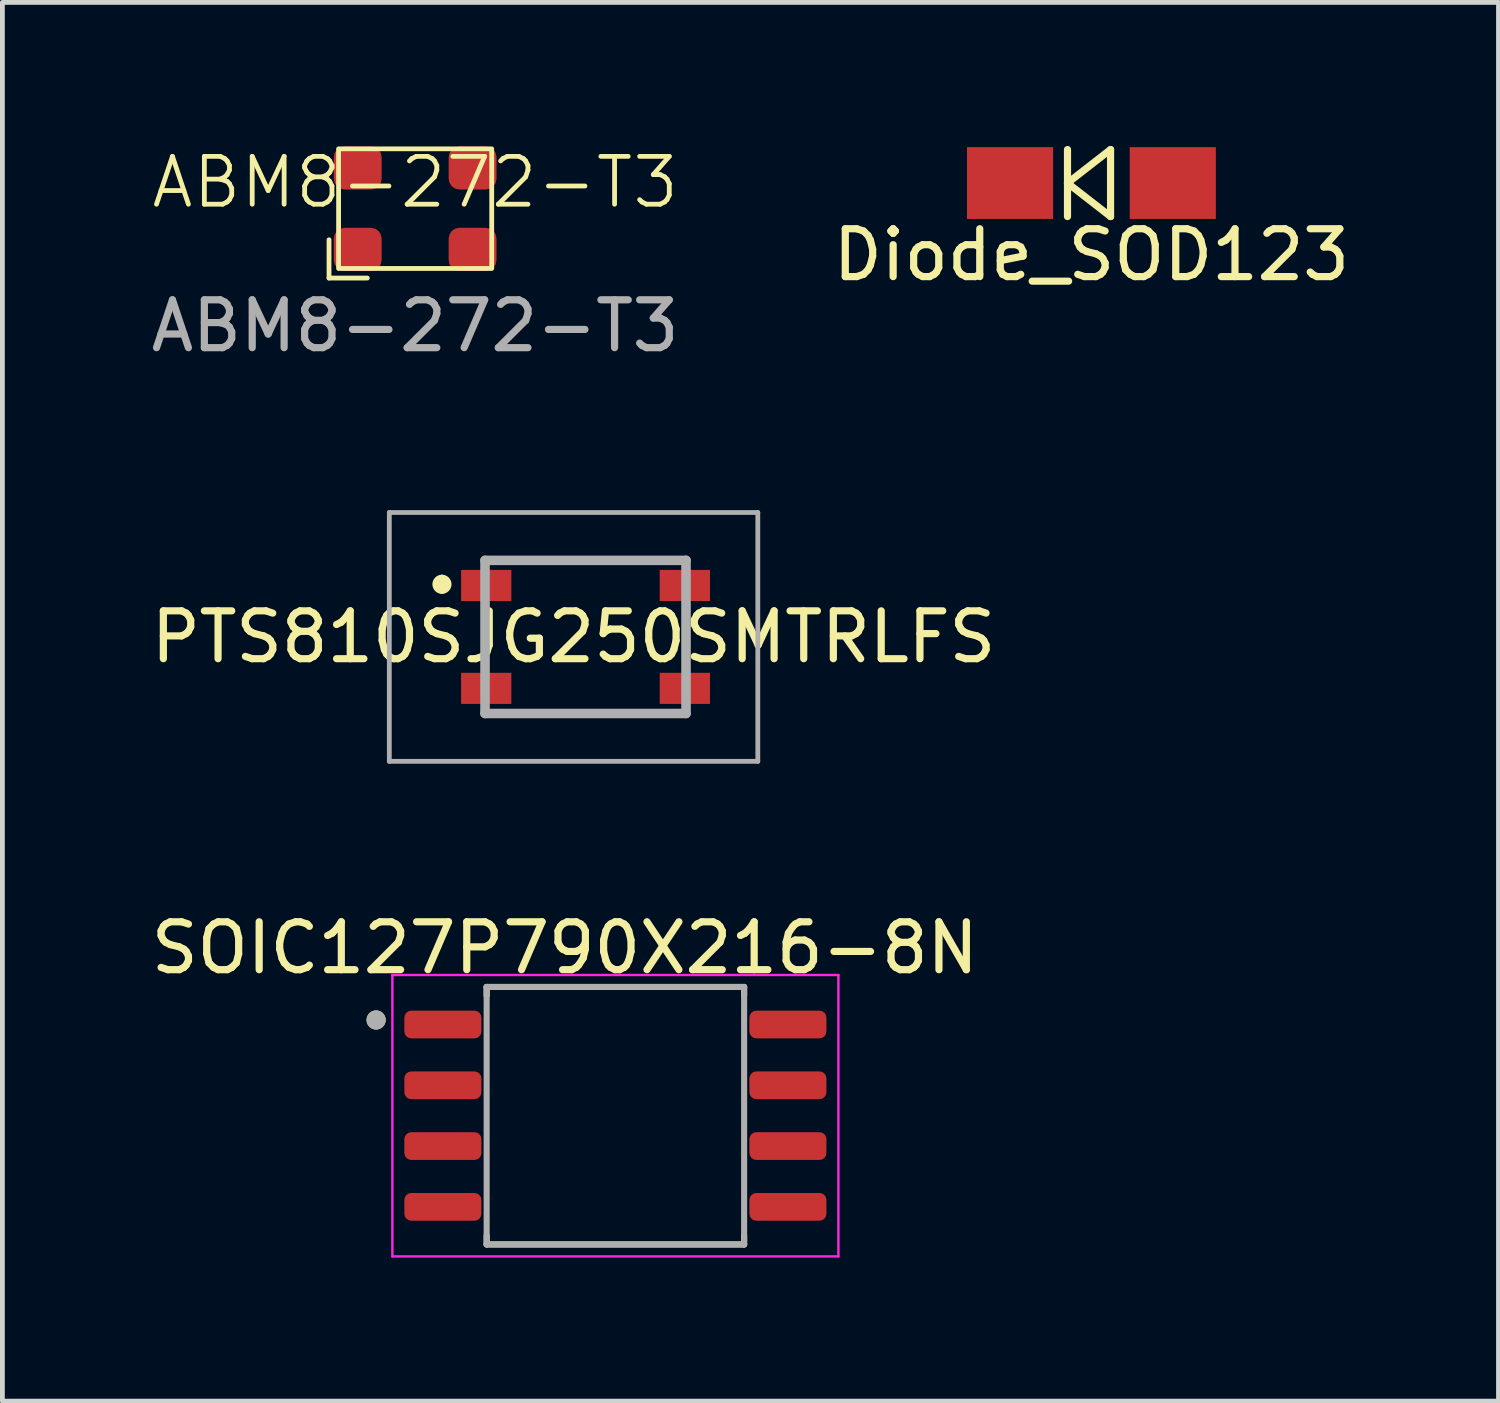
<source format=kicad_pcb>
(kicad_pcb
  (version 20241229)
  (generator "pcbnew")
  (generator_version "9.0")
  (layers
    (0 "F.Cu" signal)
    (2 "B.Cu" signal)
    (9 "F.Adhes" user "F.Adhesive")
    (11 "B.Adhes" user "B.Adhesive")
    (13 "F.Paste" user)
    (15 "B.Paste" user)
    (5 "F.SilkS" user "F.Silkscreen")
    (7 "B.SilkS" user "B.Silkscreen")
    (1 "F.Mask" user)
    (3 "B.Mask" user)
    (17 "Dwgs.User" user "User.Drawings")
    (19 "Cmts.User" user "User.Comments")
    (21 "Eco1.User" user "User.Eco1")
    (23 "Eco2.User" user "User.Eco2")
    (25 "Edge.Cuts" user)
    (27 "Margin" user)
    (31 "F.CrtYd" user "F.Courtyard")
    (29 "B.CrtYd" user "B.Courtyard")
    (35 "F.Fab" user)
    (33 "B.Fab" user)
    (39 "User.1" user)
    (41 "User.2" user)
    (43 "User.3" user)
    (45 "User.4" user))
  (footprint "SOIC127P790X216-8N"
    (layer "F.Cu")
    (at 9.809 20.263)
    (property "Reference" "SOIC127P790X216-8N" (at -1.056 -3.506 0) (layer "F.SilkS") (effects (font (size 1.001 1.001) (thickness 0.15))))
    (attr smd)
    (fp_line (start -2.69 -2.69) (end -2.69 -2.51) (stroke (width 0.127) (type solid)) (layer "F.SilkS"))
    (fp_line (start -2.69 -2.69) (end 2.69 -2.69) (stroke (width 0.127) (type solid)) (layer "F.SilkS"))
    (fp_line (start -2.69 2.51) (end -2.69 2.69) (stroke (width 0.127) (type solid)) (layer "F.SilkS"))
    (fp_line (start -2.69 2.69) (end 2.69 2.69) (stroke (width 0.127) (type solid)) (layer "F.SilkS"))
    (fp_line (start 2.69 -2.69) (end 2.69 -2.51) (stroke (width 0.127) (type solid)) (layer "F.SilkS"))
    (fp_line (start 2.69 2.51) (end 2.69 2.69) (stroke (width 0.127) (type solid)) (layer "F.SilkS"))
    (fp_circle (center -5 -2) (end -4.9 -2) (stroke (width 0.2) (type solid)) (fill no) (layer "F.SilkS"))
    (fp_line (start -4.66 -2.94) (end -4.66 2.94) (stroke (width 0.05) (type solid)) (layer "F.CrtYd"))
    (fp_line (start -4.66 -2.94) (end 4.66 -2.94) (stroke (width 0.05) (type solid)) (layer "F.CrtYd"))
    (fp_line (start -4.66 2.94) (end 4.66 2.94) (stroke (width 0.05) (type solid)) (layer "F.CrtYd"))
    (fp_line (start 4.66 -2.94) (end 4.66 2.94) (stroke (width 0.05) (type solid)) (layer "F.CrtYd"))
    (fp_line (start -2.69 -2.69) (end -2.69 2.69) (stroke (width 0.127) (type solid)) (layer "F.Fab"))
    (fp_line (start -2.69 -2.69) (end 2.69 -2.69) (stroke (width 0.127) (type solid)) (layer "F.Fab"))
    (fp_line (start -2.69 2.69) (end 2.69 2.69) (stroke (width 0.127) (type solid)) (layer "F.Fab"))
    (fp_line (start 2.69 -2.69) (end 2.69 2.69) (stroke (width 0.127) (type solid)) (layer "F.Fab"))
    (fp_circle (center -5 -2) (end -4.9 -2) (stroke (width 0.2) (type solid)) (fill no) (layer "F.Fab"))
    (pad "1" smd roundrect (at -3.605 -1.905) (size 1.61 0.58) (layers "F.Cu" "F.Mask" "F.Paste") (roundrect_rratio 0.25))
    (pad "2" smd roundrect (at -3.605 -0.635) (size 1.61 0.58) (layers "F.Cu" "F.Mask" "F.Paste") (roundrect_rratio 0.25))
    (pad "3" smd roundrect (at -3.605 0.635) (size 1.61 0.58) (layers "F.Cu" "F.Mask" "F.Paste") (roundrect_rratio 0.25))
    (pad "4" smd roundrect (at -3.605 1.905) (size 1.61 0.58) (layers "F.Cu" "F.Mask" "F.Paste") (roundrect_rratio 0.25))
    (pad "5" smd roundrect (at 3.605 1.905) (size 1.61 0.58) (layers "F.Cu" "F.Mask" "F.Paste") (roundrect_rratio 0.25))
    (pad "6" smd roundrect (at 3.605 0.635) (size 1.61 0.58) (layers "F.Cu" "F.Mask" "F.Paste") (roundrect_rratio 0.25))
    (pad "7" smd roundrect (at 3.605 -0.635) (size 1.61 0.58) (layers "F.Cu" "F.Mask" "F.Paste") (roundrect_rratio 0.25))
    (pad "8" smd roundrect (at 3.605 -1.905) (size 1.61 0.58) (layers "F.Cu" "F.Mask" "F.Paste") (roundrect_rratio 0.25)))
  (footprint "PTS810SJG250SMTRLFS"
    (layer "F.Cu")
    (at 9.185 10.259)
    (property "Reference" "PTS810SJG250SMTRLFS" (at -0.25 0 0) (layer "F.SilkS") (effects (font (size 1 1) (thickness 0.15))))
    (attr smd)
    (fp_line (start -2.1 -1.6) (end 2.075 -1.6) (stroke (width 0.1) (type solid)) (layer "F.SilkS"))
    (fp_line (start -2.1 1.6) (end 2.075 1.6) (stroke (width 0.1) (type solid)) (layer "F.SilkS"))
    (fp_arc (start -3 -1.2) (mid -2.9 -1.1) (end -3 -1) (stroke (width 0.2) (type solid)) (layer "F.SilkS"))
    (fp_arc (start -3 -1) (mid -3.1 -1.1) (end -3 -1.2) (stroke (width 0.2) (type solid)) (layer "F.SilkS"))
    (fp_line (start -4.1 -2.6) (end 3.6 -2.6) (stroke (width 0.1) (type solid)) (layer "F.Fab"))
    (fp_line (start -4.1 2.6) (end -4.1 -2.6) (stroke (width 0.1) (type solid)) (layer "F.Fab"))
    (fp_line (start -2.1 -1.6) (end 2.1 -1.6) (stroke (width 0.2) (type solid)) (layer "F.Fab"))
    (fp_line (start -2.1 1.6) (end -2.1 -1.6) (stroke (width 0.2) (type solid)) (layer "F.Fab"))
    (fp_line (start 2.1 -1.6) (end 2.1 1.6) (stroke (width 0.2) (type solid)) (layer "F.Fab"))
    (fp_line (start 2.1 1.6) (end -2.1 1.6) (stroke (width 0.2) (type solid)) (layer "F.Fab"))
    (fp_line (start 3.6 -2.6) (end 3.6 2.6) (stroke (width 0.1) (type solid)) (layer "F.Fab"))
    (fp_line (start 3.6 2.6) (end -4.1 2.6) (stroke (width 0.1) (type solid)) (layer "F.Fab"))
    (pad "1" smd rect (at -2.075 -1.075) (size 1.05 0.65) (layers "F.Cu" "F.Mask" "F.Paste"))
    (pad "2" smd rect (at 2.075 -1.075) (size 1.05 0.65) (layers "F.Cu" "F.Mask" "F.Paste"))
    (pad "3" smd rect (at -2.075 1.075) (size 1.05 0.65) (layers "F.Cu" "F.Mask" "F.Paste"))
    (pad "4" smd rect (at 2.075 1.075) (size 1.05 0.65) (layers "F.Cu" "F.Mask" "F.Paste")))
  (footprint "Diode_SOD123"
    (placed yes)
    (layer "F.Cu")
    (at 19.756 0.775)
    (property "Reference" "Diode_SOD123" (at 0 1.5 180) (layer "F.SilkS") (effects (font (size 1 1) (thickness 0.15))))
    (attr smd)
    (fp_line (start -0.5 -0.7) (end -0.5 0.7) (stroke (width 0.15) (type solid)) (layer "F.SilkS"))
    (fp_line (start -0.5 0) (end 0.4 -0.7) (stroke (width 0.15) (type solid)) (layer "F.SilkS"))
    (fp_line (start 0.4 -0.7) (end 0.4 0.7) (stroke (width 0.15) (type solid)) (layer "F.SilkS"))
    (fp_line (start 0.4 0.7) (end -0.5 0) (stroke (width 0.15) (type solid)) (layer "F.SilkS"))
    (pad "1" smd rect (at -1.7 0) (size 1.8 1.5) (layers "F.Cu" "F.Mask" "F.Paste"))
    (pad "2" smd rect (at 1.7 0) (size 1.8 1.5) (layers "F.Cu" "F.Mask" "F.Paste")))
  (footprint "ABM8-272-T3"
    (layer "F.Cu")
    (at 5.625 1.26)
    (property "Reference" "ABM8-272-T3" (at 0 -0.5 0) (unlocked yes) (layer "F.SilkS") (effects (font (size 1 1) (thickness 0.1))))
    (attr smd)
    (fp_line (start -1.8 0.7) (end -1.8 1.5) (stroke (width 0.1) (type default)) (layer "F.SilkS"))
    (fp_line (start -1.8 1.5) (end -1 1.5) (stroke (width 0.1) (type default)) (layer "F.SilkS"))
    (fp_rect (start -1.6 -1.2) (end 1.6 1.3) (stroke (width 0.1) (type default)) (fill no) (layer "F.SilkS"))
    (fp_text user "${REFERENCE}" (at 0 2.5 0) (unlocked yes) (layer "F.Fab") (effects (font (size 1 1) (thickness 0.15))))
    (pad "1" smd roundrect (at -1.2 0.9) (size 1 0.9) (layers "F.Cu" "F.Mask" "F.Paste") (roundrect_rratio 0.25))
    (pad "2" smd roundrect (at 1.2 0.9) (size 1 0.9) (layers "F.Cu" "F.Mask" "F.Paste") (roundrect_rratio 0.25))
    (pad "3" smd roundrect (at 1.2 -0.8) (size 1 0.9) (layers "F.Cu" "F.Mask" "F.Paste") (roundrect_rratio 0.25))
    (pad "4" smd roundrect (at -1.2 -0.8) (size 1 0.9) (layers "F.Cu" "F.Mask" "F.Paste") (roundrect_rratio 0.25)))
  (gr_rect
    (start -3 -3)
    (end 28.262 26.228)
    (stroke (width 0.1) (type default))
    (fill no)
    (layer "Edge.Cuts")))
</source>
